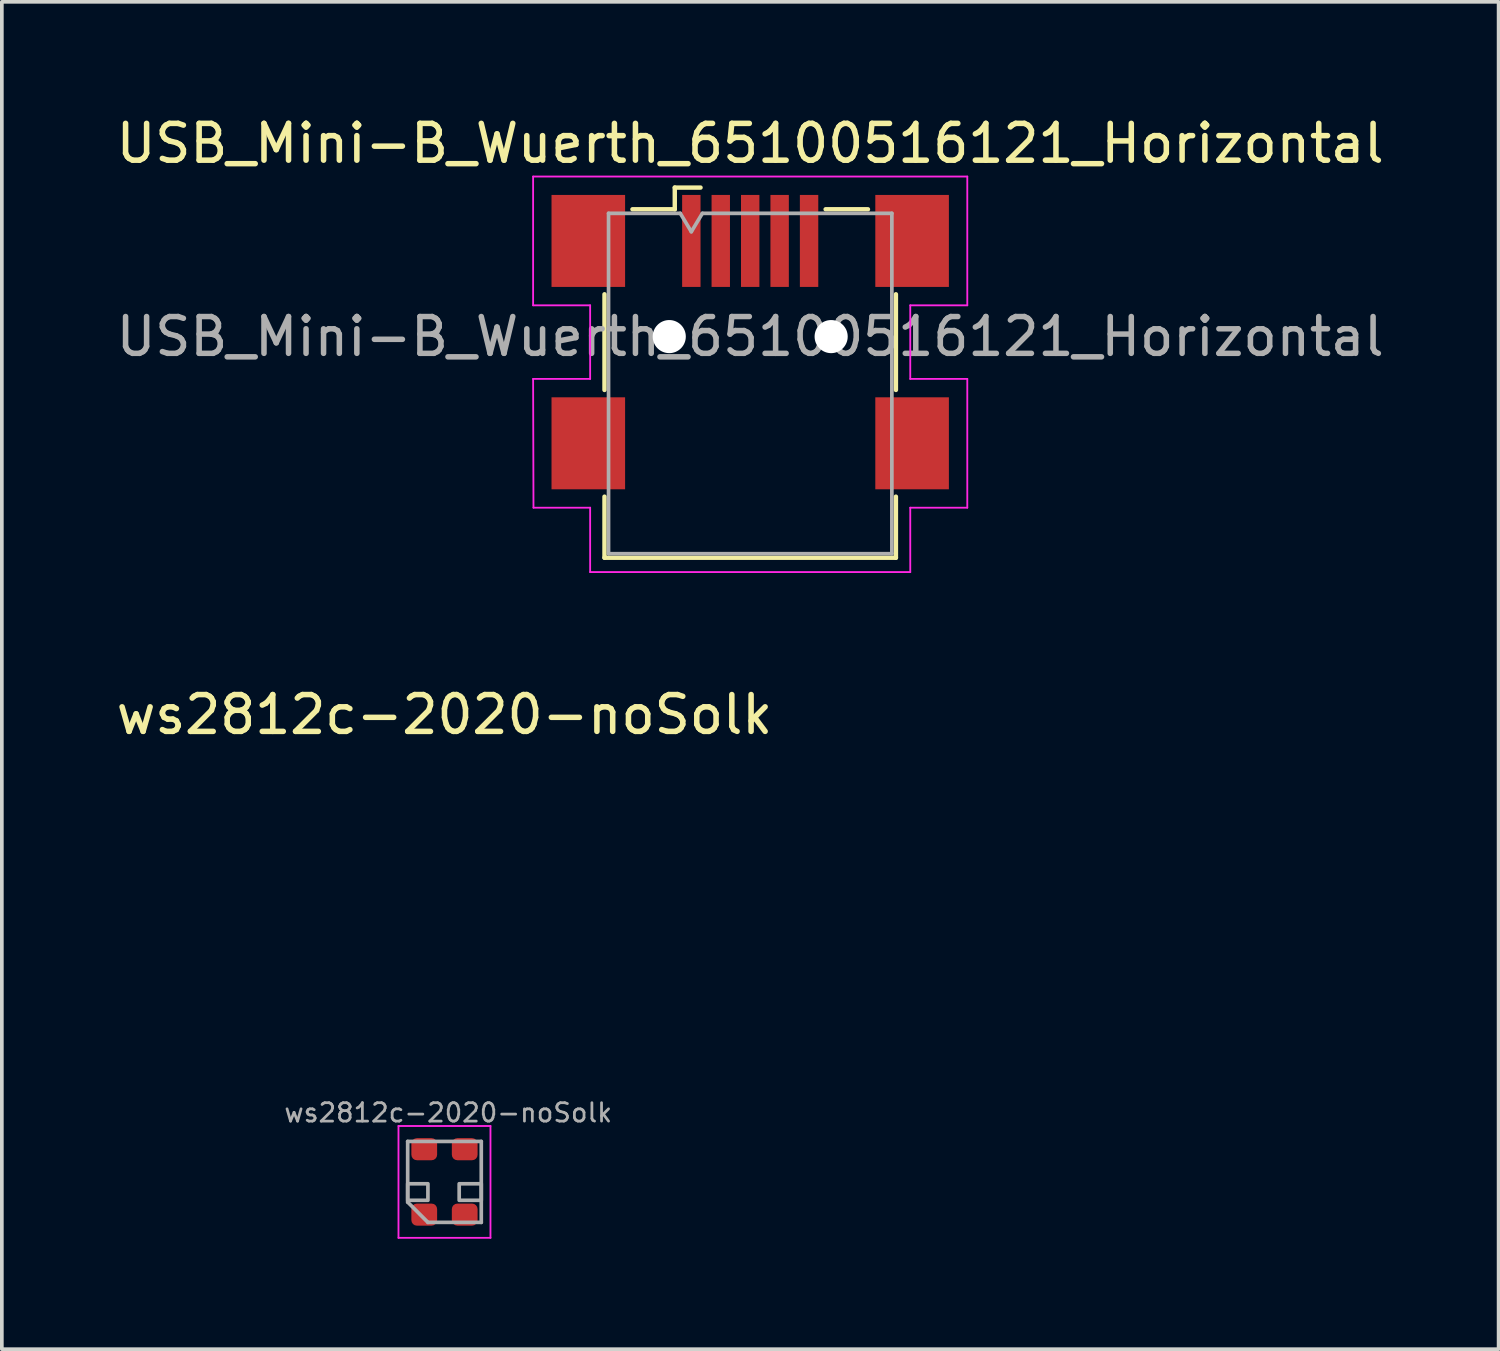
<source format=kicad_pcb>
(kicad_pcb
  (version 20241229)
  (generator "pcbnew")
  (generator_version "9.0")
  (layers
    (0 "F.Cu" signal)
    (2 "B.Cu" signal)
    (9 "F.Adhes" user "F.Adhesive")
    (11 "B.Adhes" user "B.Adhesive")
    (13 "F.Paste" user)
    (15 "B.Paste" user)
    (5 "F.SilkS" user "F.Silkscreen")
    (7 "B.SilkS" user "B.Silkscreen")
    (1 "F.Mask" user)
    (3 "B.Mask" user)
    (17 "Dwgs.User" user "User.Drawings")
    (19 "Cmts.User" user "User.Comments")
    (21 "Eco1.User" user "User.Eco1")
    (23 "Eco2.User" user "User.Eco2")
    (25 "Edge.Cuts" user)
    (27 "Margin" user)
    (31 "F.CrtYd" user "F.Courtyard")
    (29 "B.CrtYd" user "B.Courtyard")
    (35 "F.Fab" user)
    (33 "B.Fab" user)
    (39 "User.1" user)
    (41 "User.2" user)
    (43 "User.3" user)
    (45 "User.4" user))
  (footprint "USB_Mini-B_Wuerth_65100516121_Horizontal"
    (layer "F.Cu")
    (at 17.339 6.098)
    (property "Reference" "USB_Mini-B_Wuerth_65100516121_Horizontal" (at 0 -5.25 0) (layer "F.SilkS") (effects (font (size 1 1) (thickness 0.15))))
    (attr smd)
    (fp_line (start -3.96 1.45) (end -3.96 -1.15) (stroke (width 0.12) (type solid)) (layer "F.SilkS"))
    (fp_line (start -3.96 4.35) (end -3.96 6.01) (stroke (width 0.12) (type solid)) (layer "F.SilkS"))
    (fp_line (start -3.96 6.01) (end 3.96 6.01) (stroke (width 0.12) (type solid)) (layer "F.SilkS"))
    (fp_line (start -3.2 -3.46) (end -2.05 -3.46) (stroke (width 0.12) (type solid)) (layer "F.SilkS"))
    (fp_line (start -2.05 -4.05) (end -1.35 -4.05) (stroke (width 0.12) (type solid)) (layer "F.SilkS"))
    (fp_line (start -2.05 -3.46) (end -2.05 -4.05) (stroke (width 0.12) (type solid)) (layer "F.SilkS"))
    (fp_line (start 2.05 -3.46) (end 3.2 -3.46) (stroke (width 0.12) (type solid)) (layer "F.SilkS"))
    (fp_line (start 3.96 -1.15) (end 3.96 1.45) (stroke (width 0.12) (type solid)) (layer "F.SilkS"))
    (fp_line (start 3.96 6.01) (end 3.96 4.35) (stroke (width 0.12) (type solid)) (layer "F.SilkS"))
    (fp_line (start -5.9 -4.35) (end 5.9 -4.35) (stroke (width 0.05) (type solid)) (layer "F.CrtYd"))
    (fp_line (start -5.9 -0.85) (end -5.9 -4.35) (stroke (width 0.05) (type solid)) (layer "F.CrtYd"))
    (fp_line (start -5.9 1.15) (end -4.35 1.15) (stroke (width 0.05) (type solid)) (layer "F.CrtYd"))
    (fp_line (start -5.89 4.65) (end -5.9 1.15) (stroke (width 0.05) (type solid)) (layer "F.CrtYd"))
    (fp_line (start -4.35 -0.85) (end -5.9 -0.85) (stroke (width 0.05) (type solid)) (layer "F.CrtYd"))
    (fp_line (start -4.35 1.15) (end -4.35 -0.85) (stroke (width 0.05) (type solid)) (layer "F.CrtYd"))
    (fp_line (start -4.35 4.65) (end -5.89 4.65) (stroke (width 0.05) (type solid)) (layer "F.CrtYd"))
    (fp_line (start -4.35 6.4) (end -4.35 4.65) (stroke (width 0.05) (type solid)) (layer "F.CrtYd"))
    (fp_line (start 4.35 -0.85) (end 4.35 1.15) (stroke (width 0.05) (type solid)) (layer "F.CrtYd"))
    (fp_line (start 4.35 1.15) (end 5.9 1.15) (stroke (width 0.05) (type solid)) (layer "F.CrtYd"))
    (fp_line (start 4.35 4.65) (end 4.35 6.4) (stroke (width 0.05) (type solid)) (layer "F.CrtYd"))
    (fp_line (start 4.35 6.4) (end -4.35 6.4) (stroke (width 0.05) (type solid)) (layer "F.CrtYd"))
    (fp_line (start 5.9 -4.35) (end 5.9 -0.85) (stroke (width 0.05) (type solid)) (layer "F.CrtYd"))
    (fp_line (start 5.9 -0.85) (end 4.35 -0.85) (stroke (width 0.05) (type solid)) (layer "F.CrtYd"))
    (fp_line (start 5.9 1.15) (end 5.9 4.65) (stroke (width 0.05) (type solid)) (layer "F.CrtYd"))
    (fp_line (start 5.9 4.65) (end 4.35 4.65) (stroke (width 0.05) (type solid)) (layer "F.CrtYd"))
    (fp_line (start -3.85 -3.35) (end -1.9 -3.35) (stroke (width 0.1) (type solid)) (layer "F.Fab"))
    (fp_line (start -3.85 5.9) (end -3.85 -3.35) (stroke (width 0.1) (type solid)) (layer "F.Fab"))
    (fp_line (start -1.9 -3.35) (end -1.6 -2.85) (stroke (width 0.1) (type solid)) (layer "F.Fab"))
    (fp_line (start -1.6 -2.85) (end -1.3 -3.35) (stroke (width 0.1) (type solid)) (layer "F.Fab"))
    (fp_line (start -1.3 -3.35) (end 3.85 -3.35) (stroke (width 0.1) (type solid)) (layer "F.Fab"))
    (fp_line (start 3.85 -3.35) (end 3.85 5.9) (stroke (width 0.1) (type solid)) (layer "F.Fab"))
    (fp_line (start 3.85 5.9) (end -3.85 5.9) (stroke (width 0.1) (type solid)) (layer "F.Fab"))
    (fp_text user "${REFERENCE}" (at 0 0 0) (layer "F.Fab") (effects (font (size 1 1) (thickness 0.15))))
    (pad "" np_thru_hole circle (at -2.2 0) (size 0.9 0.9) (drill 0.9) (layers "*.Cu" "*.Mask"))
    (pad "" np_thru_hole circle (at 2.2 0) (size 0.9 0.9) (drill 0.9) (layers "*.Cu" "*.Mask"))
    (pad "1" smd rect (at -1.6 -2.6) (size 0.5 2.5) (layers "F.Cu" "F.Mask" "F.Paste"))
    (pad "2" smd rect (at -0.8 -2.6) (size 0.5 2.5) (layers "F.Cu" "F.Mask" "F.Paste"))
    (pad "3" smd rect (at 0 -2.6) (size 0.5 2.5) (layers "F.Cu" "F.Mask" "F.Paste"))
    (pad "4" smd rect (at 0.8 -2.6) (size 0.5 2.5) (layers "F.Cu" "F.Mask" "F.Paste"))
    (pad "5" smd rect (at 1.6 -2.6) (size 0.5 2.5) (layers "F.Cu" "F.Mask" "F.Paste"))
    (pad "6" smd rect (at -4.4 -2.6) (size 2 2.5) (layers "F.Cu" "F.Mask" "F.Paste"))
    (pad "6" smd rect (at -4.4 2.9) (size 2 2.5) (layers "F.Cu" "F.Mask" "F.Paste"))
    (pad "6" smd rect (at 4.4 -2.6) (size 2 2.5) (layers "F.Cu" "F.Mask" "F.Paste"))
    (pad "6" smd rect (at 4.4 2.9) (size 2 2.5) (layers "F.Cu" "F.Mask" "F.Paste")))
  (footprint "ws2812c-2020-noSolk"
    (layer "F.Cu")
    (at 9.03 29.072)
    (property "Reference" "ws2812c-2020-noSolk" (at 0 -12.7 0) (unlocked yes) (layer "F.SilkS") (effects (font (size 1 1) (thickness 0.15))))
    (attr smd)
    (fp_line (start -1.25 -1.52) (end -1.25 1.52) (stroke (width 0.05) (type solid)) (layer "F.CrtYd"))
    (fp_line (start -1.25 1.52) (end 1.25 1.52) (stroke (width 0.05) (type solid)) (layer "F.CrtYd"))
    (fp_line (start 1.25 -1.52) (end -1.25 -1.52) (stroke (width 0.05) (type solid)) (layer "F.CrtYd"))
    (fp_line (start 1.25 1.52) (end 1.25 -1.52) (stroke (width 0.05) (type solid)) (layer "F.CrtYd"))
    (fp_line (start -1 -1.1) (end -1 0.55) (stroke (width 0.1) (type solid)) (layer "F.Fab"))
    (fp_line (start -1 -1.1) (end 1 -1.1) (stroke (width 0.1) (type solid)) (layer "F.Fab"))
    (fp_line (start -1 0.55) (end -0.45 1.1) (stroke (width 0.1) (type solid)) (layer "F.Fab"))
    (fp_line (start -0.45 1.1) (end 1 1.1) (stroke (width 0.1) (type solid)) (layer "F.Fab"))
    (fp_line (start 1 1.1) (end 1 -1.1) (stroke (width 0.1) (type solid)) (layer "F.Fab"))
    (fp_rect (start -1 0.5) (end -0.45 0.05) (stroke (width 0.1) (type solid)) (fill no) (layer "F.Fab"))
    (fp_rect (start 0.4 0.5) (end 1 0.05) (stroke (width 0.1) (type solid)) (fill no) (layer "F.Fab"))
    (fp_text user "${REFERENCE}" (at 0.102 -1.88 0) (layer "F.Fab") (effects (font (size 0.5 0.5) (thickness 0.075))))
    (pad "1" smd roundrect (at -0.55 0.889 90) (size 0.6 0.7) (layers "F.Cu" "F.Mask" "F.Paste") (roundrect_rratio 0.25))
    (pad "2" smd roundrect (at 0.55 0.889 90) (size 0.6 0.7) (layers "F.Cu" "F.Mask" "F.Paste") (roundrect_rratio 0.25))
    (pad "3" smd roundrect (at 0.55 -0.889 90) (size 0.6 0.7) (layers "F.Cu" "F.Mask" "F.Paste") (roundrect_rratio 0.25))
    (pad "4" smd roundrect (at -0.55 -0.889 90) (size 0.6 0.7) (layers "F.Cu" "F.Mask" "F.Paste") (roundrect_rratio 0.25)))
  (gr_rect
    (start -3 -3)
    (end 37.679 33.617)
    (stroke (width 0.1) (type default))
    (fill no)
    (layer "Edge.Cuts")))
</source>
